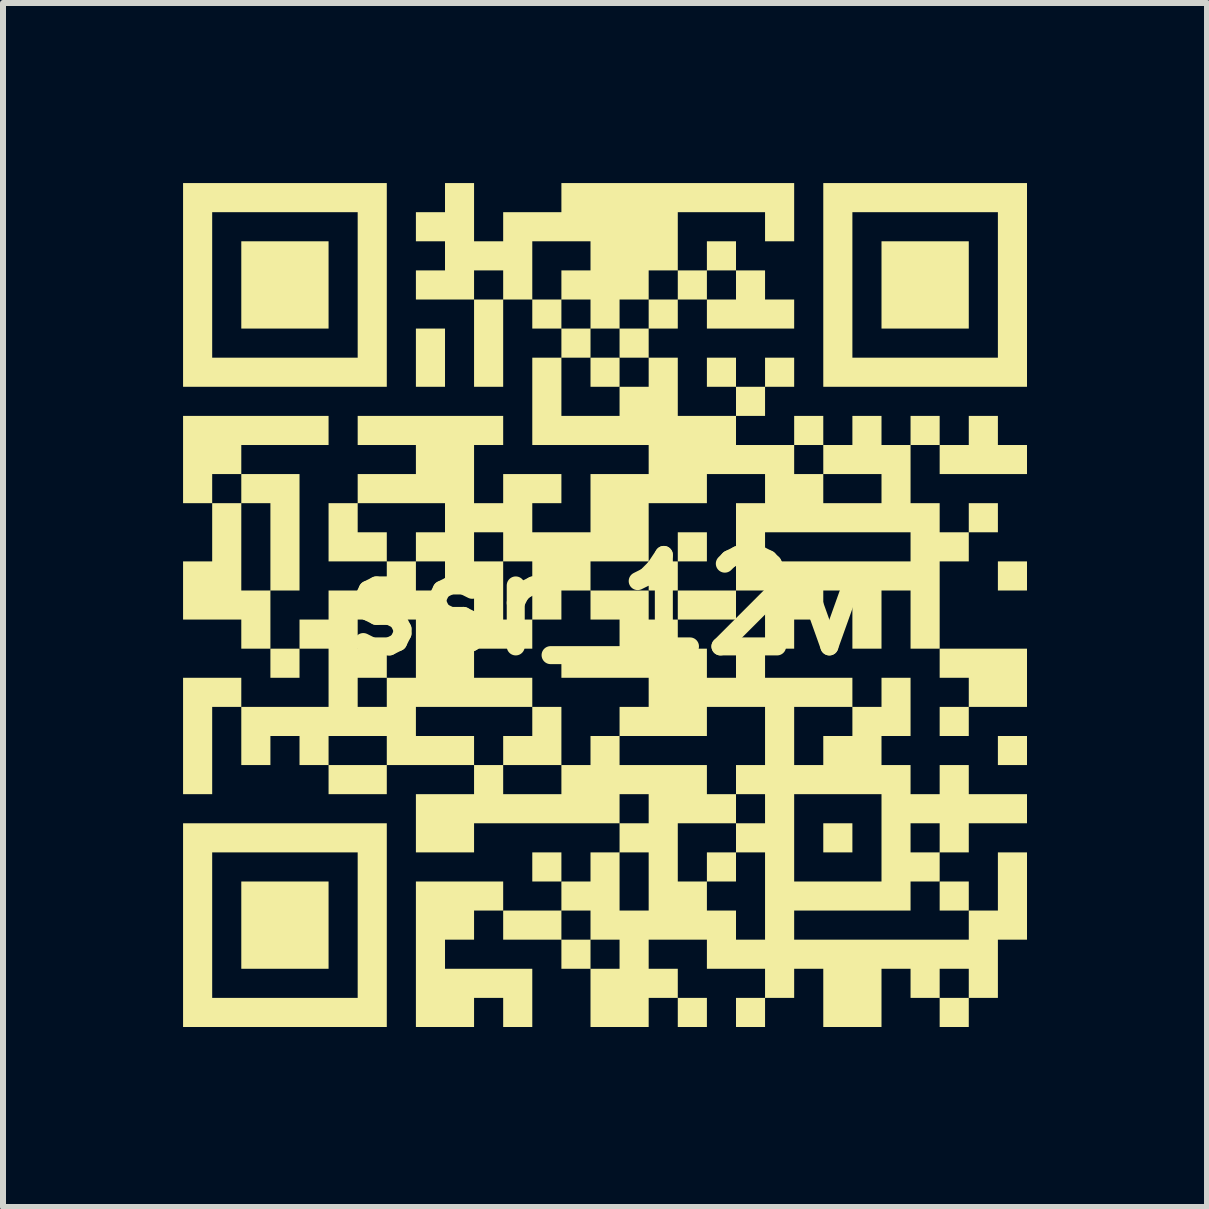
<source format=kicad_pcb>
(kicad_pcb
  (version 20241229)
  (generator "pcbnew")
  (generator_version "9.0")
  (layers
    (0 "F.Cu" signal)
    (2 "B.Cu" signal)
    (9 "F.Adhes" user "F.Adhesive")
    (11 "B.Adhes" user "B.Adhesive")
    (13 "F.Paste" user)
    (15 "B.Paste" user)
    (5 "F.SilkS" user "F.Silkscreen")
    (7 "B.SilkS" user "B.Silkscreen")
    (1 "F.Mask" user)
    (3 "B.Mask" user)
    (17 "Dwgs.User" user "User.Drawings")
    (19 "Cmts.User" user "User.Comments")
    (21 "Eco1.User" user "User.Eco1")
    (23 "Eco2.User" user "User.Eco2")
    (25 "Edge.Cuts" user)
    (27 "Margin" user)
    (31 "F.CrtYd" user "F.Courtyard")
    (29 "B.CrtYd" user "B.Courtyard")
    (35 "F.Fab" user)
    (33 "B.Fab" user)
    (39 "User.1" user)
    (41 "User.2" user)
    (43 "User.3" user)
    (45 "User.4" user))
  (footprint "ssr_12v"
    (layer "F.Cu")
    (at 7.03 7.03)
    (property "Reference" "ssr_12v" (at 0 0 0) (layer "F.SilkS") (effects (font (size 1.524 1.524) (thickness 0.3))))
    (attr board_only exclude_from_pos_files exclude_from_bom)
    (fp_poly (pts (xy -5.09 1.212) (xy -5.575 1.212) (xy -5.575 0.727) (xy -5.09 0.727)) (stroke (width 0) (type solid)) (fill yes) (layer "F.SilkS"))
    (fp_poly (pts (xy -4.606 -4.606) (xy -6.06 -4.606) (xy -6.06 -6.06) (xy -4.606 -6.06)) (stroke (width 0) (type solid)) (fill yes) (layer "F.SilkS"))
    (fp_poly (pts (xy -4.606 6.06) (xy -6.06 6.06) (xy -6.06 4.606) (xy -4.606 4.606)) (stroke (width 0) (type solid)) (fill yes) (layer "F.SilkS"))
    (fp_poly (pts (xy -2.666 -3.636) (xy -3.151 -3.636) (xy -3.151 -4.606) (xy -2.666 -4.606)) (stroke (width 0) (type solid)) (fill yes) (layer "F.SilkS"))
    (fp_poly (pts (xy -0.727 4.606) (xy -1.212 4.606) (xy -1.212 4.121) (xy -0.727 4.121)) (stroke (width 0) (type solid)) (fill yes) (layer "F.SilkS"))
    (fp_poly (pts (xy 0.242 -3.636) (xy -0.242 -3.636) (xy -0.242 -4.121) (xy 0.242 -4.121)) (stroke (width 0) (type solid)) (fill yes) (layer "F.SilkS"))
    (fp_poly (pts (xy 1.212 -0.242) (xy 0.727 -0.242) (xy 0.727 -0.727) (xy 1.212 -0.727)) (stroke (width 0) (type solid)) (fill yes) (layer "F.SilkS"))
    (fp_poly (pts (xy 1.697 -0.727) (xy 1.212 -0.727) (xy 1.212 -1.212) (xy 1.697 -1.212)) (stroke (width 0) (type solid)) (fill yes) (layer "F.SilkS"))
    (fp_poly (pts (xy 1.697 7.03) (xy 1.212 7.03) (xy 1.212 6.545) (xy 1.697 6.545)) (stroke (width 0) (type solid)) (fill yes) (layer "F.SilkS"))
    (fp_poly (pts (xy 2.182 -3.636) (xy 1.697 -3.636) (xy 1.697 -4.121) (xy 2.182 -4.121)) (stroke (width 0) (type solid)) (fill yes) (layer "F.SilkS"))
    (fp_poly (pts (xy 2.182 0.242) (xy 1.212 0.242) (xy 1.212 -0.242) (xy 2.182 -0.242)) (stroke (width 0) (type solid)) (fill yes) (layer "F.SilkS"))
    (fp_poly (pts (xy 2.182 4.606) (xy 1.697 4.606) (xy 1.697 4.121) (xy 2.182 4.121)) (stroke (width 0) (type solid)) (fill yes) (layer "F.SilkS"))
    (fp_poly (pts (xy 2.666 -3.151) (xy 2.182 -3.151) (xy 2.182 -3.636) (xy 2.666 -3.636)) (stroke (width 0) (type solid)) (fill yes) (layer "F.SilkS"))
    (fp_poly (pts (xy 2.666 7.03) (xy 2.182 7.03) (xy 2.182 6.545) (xy 2.666 6.545)) (stroke (width 0) (type solid)) (fill yes) (layer "F.SilkS"))
    (fp_poly (pts (xy 3.151 -3.636) (xy 2.666 -3.636) (xy 2.666 -4.121) (xy 3.151 -4.121)) (stroke (width 0) (type solid)) (fill yes) (layer "F.SilkS"))
    (fp_poly (pts (xy 4.121 4.121) (xy 3.636 4.121) (xy 3.636 3.636) (xy 4.121 3.636)) (stroke (width 0) (type solid)) (fill yes) (layer "F.SilkS"))
    (fp_poly (pts (xy 5.575 -2.666) (xy 5.09 -2.666) (xy 5.09 -3.151) (xy 5.575 -3.151)) (stroke (width 0) (type solid)) (fill yes) (layer "F.SilkS"))
    (fp_poly (pts (xy 6.06 -4.606) (xy 4.606 -4.606) (xy 4.606 -6.06) (xy 6.06 -6.06)) (stroke (width 0) (type solid)) (fill yes) (layer "F.SilkS"))
    (fp_poly (pts (xy 6.06 2.182) (xy 5.575 2.182) (xy 5.575 1.697) (xy 6.06 1.697)) (stroke (width 0) (type solid)) (fill yes) (layer "F.SilkS"))
    (fp_poly (pts (xy 6.06 5.09) (xy 5.575 5.09) (xy 5.575 4.606) (xy 6.06 4.606)) (stroke (width 0) (type solid)) (fill yes) (layer "F.SilkS"))
    (fp_poly (pts (xy 6.545 -1.212) (xy 6.06 -1.212) (xy 6.06 -1.697) (xy 6.545 -1.697)) (stroke (width 0) (type solid)) (fill yes) (layer "F.SilkS"))
    (fp_poly (pts (xy 7.03 -0.242) (xy 6.545 -0.242) (xy 6.545 -0.727) (xy 7.03 -0.727)) (stroke (width 0) (type solid)) (fill yes) (layer "F.SilkS"))
    (fp_poly (pts (xy 7.03 2.666) (xy 6.545 2.666) (xy 6.545 2.182) (xy 7.03 2.182)) (stroke (width 0) (type solid)) (fill yes) (layer "F.SilkS"))
    (fp_poly (pts (xy -6.06 1.697) (xy -6.545 1.697) (xy -6.545 3.151) (xy -7.03 3.151) (xy -7.03 1.212) (xy -6.06 1.212)) (stroke (width 0) (type solid)) (fill yes) (layer "F.SilkS"))
    (fp_poly (pts (xy -0.727 2.666) (xy -1.697 2.666) (xy -1.697 2.182) (xy -1.212 2.182) (xy -1.212 1.697) (xy -0.727 1.697)) (stroke (width 0) (type solid)) (fill yes) (layer "F.SilkS"))
    (fp_poly (pts (xy 7.03 1.697) (xy 6.06 1.697) (xy 6.06 1.212) (xy 5.575 1.212) (xy 5.575 0.727) (xy 7.03 0.727)) (stroke (width 0) (type solid)) (fill yes) (layer "F.SilkS"))
    (fp_poly (pts (xy 6.545 -2.666) (xy 7.03 -2.666) (xy 7.03 -2.182) (xy 5.575 -2.182) (xy 5.575 -2.666) (xy 6.06 -2.666) (xy 6.06 -3.151) (xy 6.545 -3.151)) (stroke (width 0) (type solid)) (fill yes) (layer "F.SilkS"))
    (fp_poly (pts (xy -3.636 -3.636) (xy -7.03 -3.636) (xy -7.03 -4.121) (xy -6.545 -4.121) (xy -4.121 -4.121) (xy -4.121 -6.545) (xy -6.545 -6.545) (xy -6.545 -4.121) (xy -7.03 -4.121) (xy -7.03 -7.03) (xy -3.636 -7.03)) (stroke (width 0) (type solid)) (fill yes) (layer "F.SilkS"))
    (fp_poly (pts (xy -3.636 7.03) (xy -7.03 7.03) (xy -7.03 6.545) (xy -6.545 6.545) (xy -4.121 6.545) (xy -4.121 4.121) (xy -6.545 4.121) (xy -6.545 6.545) (xy -7.03 6.545) (xy -7.03 3.636) (xy -3.636 3.636)) (stroke (width 0) (type solid)) (fill yes) (layer "F.SilkS"))
    (fp_poly (pts (xy 7.03 -3.636) (xy 3.636 -3.636) (xy 3.636 -4.121) (xy 4.121 -4.121) (xy 6.545 -4.121) (xy 6.545 -6.545) (xy 4.121 -6.545) (xy 4.121 -4.121) (xy 3.636 -4.121) (xy 3.636 -7.03) (xy 7.03 -7.03)) (stroke (width 0) (type solid)) (fill yes) (layer "F.SilkS"))
    (fp_poly (pts (xy -1.697 5.09) (xy -2.182 5.09) (xy -2.182 5.575) (xy -2.666 5.575) (xy -2.666 6.06) (xy -1.212 6.06) (xy -1.212 7.03) (xy -1.697 7.03) (xy -1.697 6.545) (xy -2.182 6.545) (xy -2.182 7.03) (xy -3.151 7.03) (xy -3.151 4.606) (xy -1.697 4.606)) (stroke (width 0) (type solid)) (fill yes) (layer "F.SilkS"))
    (fp_poly (pts (xy -5.09 -2.182) (xy -5.09 -0.242) (xy -5.575 -0.242) (xy -5.575 0.727) (xy -6.06 0.727) (xy -6.06 0.242) (xy -7.03 0.242) (xy -7.03 -0.242) (xy -6.06 -0.242) (xy -5.575 -0.242) (xy -5.575 -1.697) (xy -6.06 -1.697) (xy -6.06 -0.242) (xy -7.03 -0.242) (xy -7.03 -0.727) (xy -6.545 -0.727) (xy -6.545 -1.697) (xy -6.06 -1.697) (xy -6.06 -2.182) (xy -6.545 -2.182) (xy -6.545 -1.697) (xy -7.03 -1.697) (xy -7.03 -3.151) (xy -4.606 -3.151) (xy -4.606 -2.666) (xy -6.06 -2.666) (xy -6.06 -2.182)) (stroke (width 0) (type solid)) (fill yes) (layer "F.SilkS"))
    (fp_poly (pts (xy -3.636 2.666) (xy -3.636 3.151) (xy -4.606 3.151) (xy -4.606 2.666) (xy -3.636 2.666) (xy -3.636 2.182) (xy -3.151 2.182) (xy -2.182 2.182) (xy -2.182 2.666) (xy -1.697 2.666) (xy -1.697 3.151) (xy -0.727 3.151) (xy -0.727 2.666) (xy -0.242 2.666) (xy 0.242 2.666) (xy 1.697 2.666) (xy 1.697 3.151) (xy 2.182 3.151) (xy 2.182 2.666) (xy 2.666 2.666) (xy 3.151 2.666) (xy 3.636 2.666) (xy 3.636 2.182) (xy 4.121 2.182) (xy 4.121 1.697) (xy 3.151 1.697) (xy 3.151 2.666) (xy 2.666 2.666) (xy 2.666 1.697) (xy 1.697 1.697) (xy 1.697 2.182) (xy 0.242 2.182) (xy 0.242 2.666) (xy -0.242 2.666) (xy -0.242 2.182) (xy 0.242 2.182) (xy 0.242 1.697) (xy 0.727 1.697) (xy 0.727 1.212) (xy -0.727 1.212) (xy -0.727 0.727) (xy 0.242 0.727) (xy 0.242 0.242) (xy -0.242 0.242) (xy -0.242 -0.242) (xy 0.727 -0.242) (xy 0.727 0.242) (xy 1.212 0.242) (xy 1.212 0.727) (xy 1.697 0.727) (xy 1.697 1.212) (xy 2.182 1.212) (xy 2.182 0.727) (xy 2.666 0.727) (xy 2.666 -0.242) (xy 2.182 -0.242) (xy 2.182 -0.727) (xy 2.666 -0.727) (xy 5.09 -0.727) (xy 5.09 -1.212) (xy 2.666 -1.212) (xy 2.666 -0.727) (xy 2.182 -0.727) (xy 2.182 -1.697) (xy 2.666 -1.697) (xy 3.636 -1.697) (xy 4.606 -1.697) (xy 4.606 -2.182) (xy 3.636 -2.182) (xy 3.636 -1.697) (xy 2.666 -1.697) (xy 2.666 -2.182) (xy 3.151 -2.182) (xy 3.636 -2.182) (xy 3.636 -2.666) (xy 3.151 -2.666) (xy 3.151 -2.182) (xy 2.666 -2.182) (xy 1.697 -2.182) (xy 1.697 -1.697) (xy 0.727 -1.697) (xy 0.727 -0.727) (xy -0.242 -0.727) (xy -0.242 -0.242) (xy -0.727 -0.242) (xy -0.727 0.242) (xy -1.212 0.242) (xy -1.212 0.727) (xy -2.182 0.727) (xy -2.182 1.212) (xy -1.212 1.212) (xy -1.212 1.697) (xy -3.151 1.697) (xy -3.151 2.182) (xy -3.636 2.182) (xy -4.606 2.182) (xy -4.606 2.666) (xy -5.09 2.666) (xy -5.09 2.182) (xy -5.575 2.182) (xy -5.575 2.666) (xy -6.06 2.666) (xy -6.06 1.697) (xy -4.606 1.697) (xy -4.121 1.697) (xy -3.636 1.697) (xy -3.636 1.212) (xy -4.121 1.212) (xy -4.121 1.697) (xy -4.606 1.697) (xy -4.606 0.727) (xy -4.121 0.727) (xy -3.636 0.727) (xy -3.636 1.212) (xy -3.151 1.212) (xy -3.151 0.242) (xy -2.666 0.242) (xy -2.182 0.242) (xy -1.697 0.242) (xy -1.212 0.242) (xy -1.212 -0.727) (xy -1.697 -0.727) (xy -1.697 0.242) (xy -2.182 0.242) (xy -2.182 -0.242) (xy -2.666 -0.242) (xy -2.666 0.242) (xy -3.151 0.242) (xy -4.121 0.242) (xy -4.121 0.727) (xy -4.606 0.727) (xy -5.09 0.727) (xy -5.09 0.242) (xy -4.606 0.242) (xy -4.606 -0.242) (xy -3.636 -0.242) (xy -3.151 -0.242) (xy -2.666 -0.242) (xy -2.666 -0.727) (xy -2.182 -0.727) (xy -1.697 -0.727) (xy -1.697 -1.212) (xy -2.182 -1.212) (xy -2.182 -0.727) (xy -2.666 -0.727) (xy -3.151 -0.727) (xy -3.151 -0.242) (xy -3.636 -0.242) (xy -3.636 -0.727) (xy -4.606 -0.727) (xy -4.606 -1.212) (xy -4.121 -1.212) (xy -3.636 -1.212) (xy -3.636 -0.727) (xy -3.151 -0.727) (xy -3.151 -1.212) (xy -2.666 -1.212) (xy -2.666 -1.697) (xy -4.121 -1.697) (xy -4.121 -1.212) (xy -4.606 -1.212) (xy -4.606 -1.697) (xy -4.121 -1.697) (xy -4.121 -2.182) (xy -3.151 -2.182) (xy -3.151 -2.666) (xy -4.121 -2.666) (xy -4.121 -3.151) (xy -1.697 -3.151) (xy -1.697 -2.666) (xy -2.182 -2.666) (xy -2.182 -1.697) (xy -1.697 -1.697) (xy -1.697 -2.182) (xy -0.727 -2.182) (xy -0.727 -1.697) (xy -1.212 -1.697) (xy -1.212 -1.212) (xy -0.242 -1.212) (xy -0.242 -2.182) (xy 0.727 -2.182) (xy 0.727 -2.666) (xy -1.212 -2.666) (xy -1.212 -3.151) (xy -0.727 -3.151) (xy 0.242 -3.151) (xy 0.242 -3.636) (xy 0.727 -3.636) (xy 0.727 -4.121) (xy 0.242 -4.121) (xy 0.242 -4.606) (xy 0.727 -4.606) (xy 0.727 -5.09) (xy 1.212 -5.09) (xy 1.212 -5.575) (xy 0.727 -5.575) (xy 0.727 -5.09) (xy 0.242 -5.09) (xy 0.242 -4.606) (xy -0.242 -4.606) (xy -0.242 -4.121) (xy -0.727 -4.121) (xy -0.727 -3.151) (xy -1.212 -3.151) (xy -1.212 -4.121) (xy -0.727 -4.121) (xy -0.727 -4.606) (xy -0.242 -4.606) (xy -0.242 -5.09) (xy -0.727 -5.09) (xy -0.727 -4.606) (xy -1.212 -4.606) (xy -1.212 -5.09) (xy -0.727 -5.09) (xy -0.727 -5.575) (xy -0.242 -5.575) (xy -0.242 -6.06) (xy -1.212 -6.06) (xy -1.212 -5.09) (xy -1.697 -5.09) (xy -1.697 -3.636) (xy -2.182 -3.636) (xy -2.182 -5.09) (xy -1.697 -5.09) (xy -1.697 -5.575) (xy -2.182 -5.575) (xy -2.182 -5.09) (xy -3.151 -5.09) (xy -3.151 -5.575) (xy -2.666 -5.575) (xy -2.666 -6.06) (xy -3.151 -6.06) (xy -3.151 -6.545) (xy -2.666 -6.545) (xy -2.666 -7.03) (xy -2.182 -7.03) (xy -2.182 -6.06) (xy -1.697 -6.06) (xy -1.697 -6.545) (xy -0.727 -6.545) (xy -0.727 -7.03) (xy 3.151 -7.03) (xy 3.151 -6.06) (xy 2.666 -6.06) (xy 2.666 -6.545) (xy 1.212 -6.545) (xy 1.212 -5.575) (xy 1.697 -5.575) (xy 1.697 -6.06) (xy 2.182 -6.06) (xy 2.182 -5.575) (xy 2.666 -5.575) (xy 2.666 -5.09) (xy 3.151 -5.09) (xy 3.151 -4.606) (xy 1.697 -4.606) (xy 1.697 -5.09) (xy 2.182 -5.09) (xy 2.182 -5.575) (xy 1.697 -5.575) (xy 1.697 -5.09) (xy 1.212 -5.09) (xy 1.212 -4.606) (xy 0.727 -4.606) (xy 0.727 -4.121) (xy 1.212 -4.121) (xy 1.212 -3.151) (xy 2.182 -3.151) (xy 2.182 -2.666) (xy 3.151 -2.666) (xy 3.151 -3.151) (xy 3.636 -3.151) (xy 3.636 -2.666) (xy 4.121 -2.666) (xy 4.121 -3.151) (xy 4.606 -3.151) (xy 4.606 -2.666) (xy 5.09 -2.666) (xy 5.09 -1.697) (xy 5.575 -1.697) (xy 5.575 -1.212) (xy 6.06 -1.212) (xy 6.06 -0.727) (xy 5.575 -0.727) (xy 5.575 0.727) (xy 5.09 0.727) (xy 5.09 -0.242) (xy 4.606 -0.242) (xy 4.606 0.727) (xy 4.121 0.727) (xy 4.121 -0.242) (xy 3.636 -0.242) (xy 3.636 0.242) (xy 3.151 0.242) (xy 3.151 0.727) (xy 2.666 0.727) (xy 2.666 1.212) (xy 4.121 1.212) (xy 4.121 1.697) (xy 4.606 1.697) (xy 4.606 1.212) (xy 5.09 1.212) (xy 5.09 2.182) (xy 4.606 2.182) (xy 4.606 2.666) (xy 5.09 2.666) (xy 5.09 3.151) (xy 5.575 3.151) (xy 5.575 2.666) (xy 6.06 2.666) (xy 6.06 3.151) (xy 7.03 3.151) (xy 7.03 3.636) (xy 6.06 3.636) (xy 6.06 4.121) (xy 5.575 4.121) (xy 5.575 4.606) (xy 5.09 4.606) (xy 5.09 5.09) (xy 3.151 5.09) (xy 3.151 5.575) (xy 6.06 5.575) (xy 6.06 5.09) (xy 6.545 5.09) (xy 6.545 4.121) (xy 7.03 4.121) (xy 7.03 5.575) (xy 6.545 5.575) (xy 6.545 6.545) (xy 6.06 6.545) (xy 6.06 7.03) (xy 5.575 7.03) (xy 5.575 6.545) (xy 6.06 6.545) (xy 6.06 6.06) (xy 5.575 6.06) (xy 5.575 6.545) (xy 5.09 6.545) (xy 5.09 6.06) (xy 4.606 6.06) (xy 4.606 7.03) (xy 3.636 7.03) (xy 3.636 6.06) (xy 3.151 6.06) (xy 3.151 6.545) (xy 2.666 6.545) (xy 2.666 6.06) (xy 1.697 6.06) (xy 1.697 5.575) (xy 0.727 5.575) (xy 0.727 6.06) (xy 1.212 6.06) (xy 1.212 6.545) (xy 0.727 6.545) (xy 0.727 7.03) (xy -0.242 7.03) (xy -0.242 6.06) (xy 0.242 6.06) (xy 0.242 5.575) (xy -0.242 5.575) (xy -0.242 6.06) (xy -0.727 6.06) (xy -0.727 5.575) (xy -0.242 5.575) (xy -0.242 5.09) (xy 0.242 5.09) (xy 0.727 5.09) (xy 0.727 4.606) (xy 1.212 4.606) (xy 1.697 4.606) (xy 1.697 5.09) (xy 2.182 5.09) (xy 2.182 5.575) (xy 2.666 5.575) (xy 2.666 4.606) (xy 3.151 4.606) (xy 4.606 4.606) (xy 4.606 4.121) (xy 5.09 4.121) (xy 5.575 4.121) (xy 5.575 3.636) (xy 5.09 3.636) (xy 5.09 4.121) (xy 4.606 4.121) (xy 4.606 3.151) (xy 3.151 3.151) (xy 3.151 4.606) (xy 2.666 4.606) (xy 2.666 4.121) (xy 2.182 4.121) (xy 2.182 3.636) (xy 2.666 3.636) (xy 2.666 3.151) (xy 2.182 3.151) (xy 2.182 3.636) (xy 1.212 3.636) (xy 1.212 4.606) (xy 0.727 4.606) (xy 0.727 4.121) (xy 0.242 4.121) (xy 0.242 5.09) (xy -0.242 5.09) (xy -0.727 5.09) (xy -0.727 5.575) (xy -1.697 5.575) (xy -1.697 5.09) (xy -0.727 5.09) (xy -0.727 4.606) (xy -0.242 4.606) (xy -0.242 4.121) (xy 0.242 4.121) (xy 0.242 3.636) (xy 0.727 3.636) (xy 0.727 3.151) (xy 0.242 3.151) (xy 0.242 3.636) (xy -2.182 3.636) (xy -2.182 4.121) (xy -3.151 4.121) (xy -3.151 3.151) (xy -2.182 3.151) (xy -2.182 2.666)) (stroke (width 0) (type solid)) (fill yes) (layer "F.SilkS")))
  (gr_rect
    (start -3 -3)
    (end 17.059 17.059)
    (stroke (width 0.1) (type default))
    (fill no)
    (layer "Edge.Cuts")))
</source>
